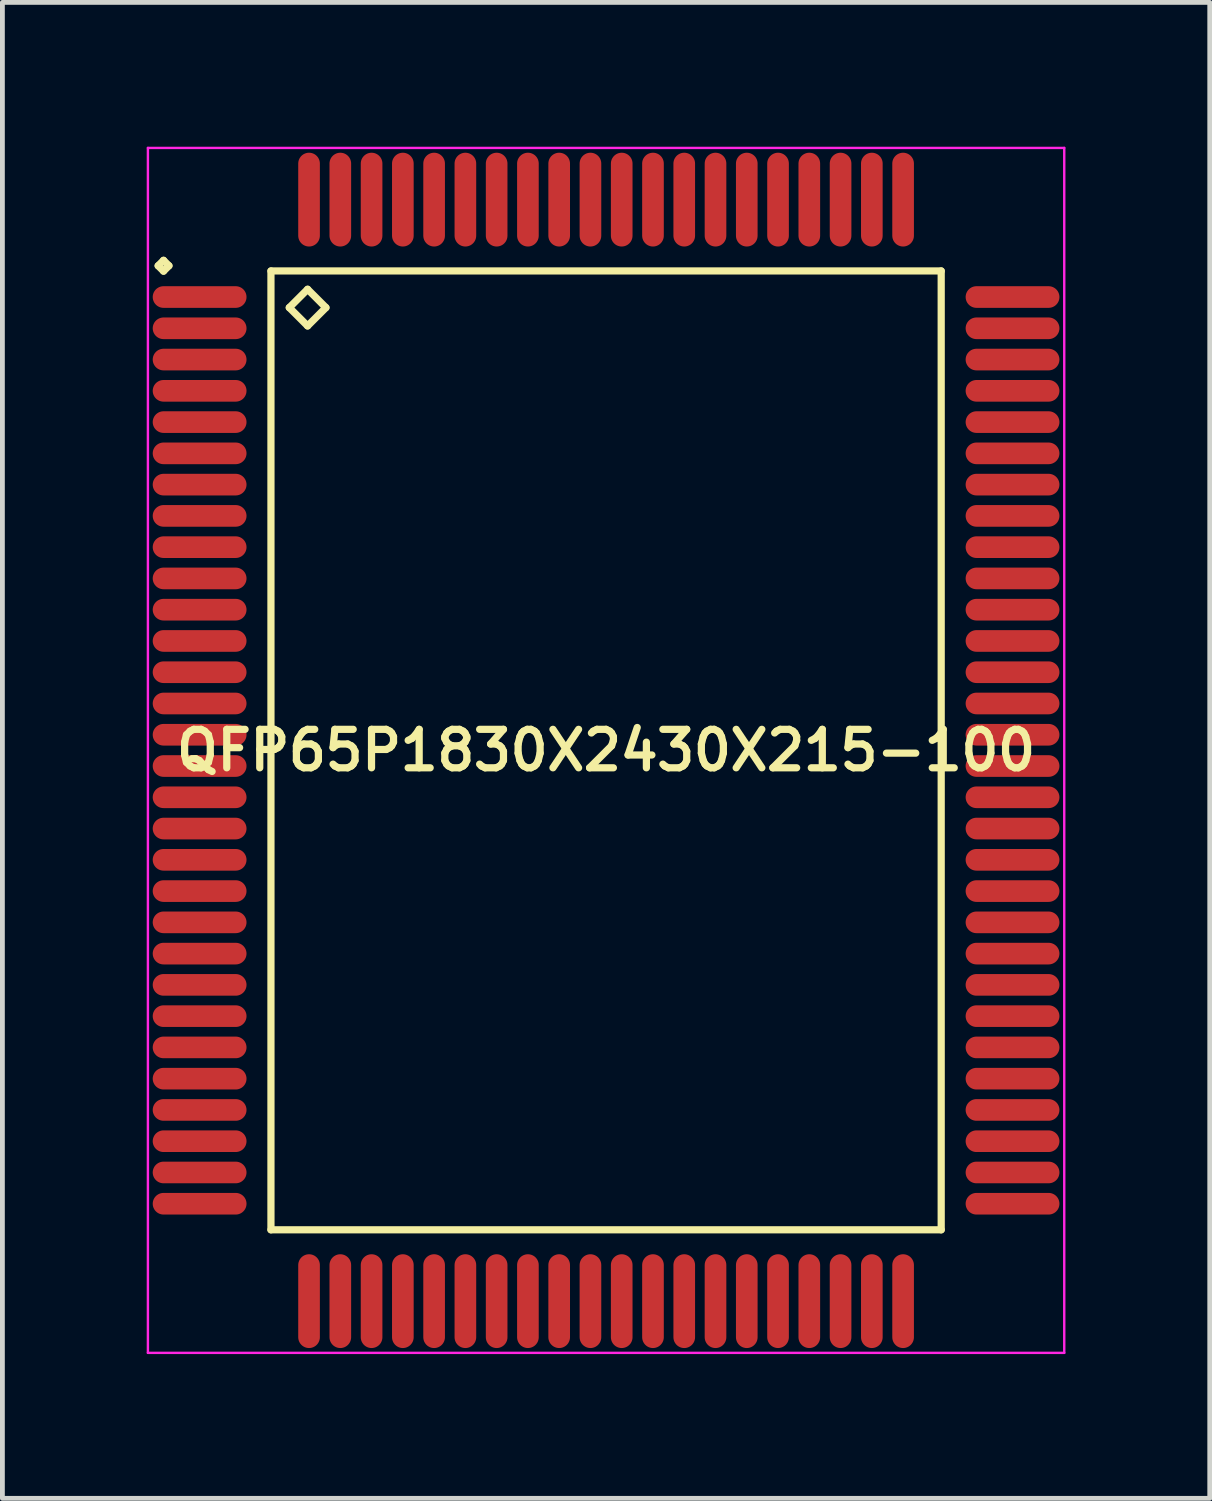
<source format=kicad_pcb>
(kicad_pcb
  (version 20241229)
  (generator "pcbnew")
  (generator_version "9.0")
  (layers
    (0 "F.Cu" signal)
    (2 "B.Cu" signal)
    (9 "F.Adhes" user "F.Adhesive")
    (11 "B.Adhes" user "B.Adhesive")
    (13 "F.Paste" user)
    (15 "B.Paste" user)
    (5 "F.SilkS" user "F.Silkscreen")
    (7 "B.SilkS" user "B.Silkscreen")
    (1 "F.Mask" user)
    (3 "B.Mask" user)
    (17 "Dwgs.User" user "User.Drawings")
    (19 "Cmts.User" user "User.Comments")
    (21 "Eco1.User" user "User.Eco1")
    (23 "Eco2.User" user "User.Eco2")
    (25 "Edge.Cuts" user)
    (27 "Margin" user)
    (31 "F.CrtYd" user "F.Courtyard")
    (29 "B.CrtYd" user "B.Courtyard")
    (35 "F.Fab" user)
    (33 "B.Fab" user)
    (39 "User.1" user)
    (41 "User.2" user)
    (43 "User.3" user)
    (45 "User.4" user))
  (footprint "QFP65P1830X2430X215-100"
    (layer "F.Cu")
    (at 9.55 12.55)
    (property "Reference" "QFP65P1830X2430X215-100" (at 0 0 0) (layer "F.SilkS") (effects (font (size 0.8 0.8) (thickness 0.15))))
    (attr smd)
    (fp_line (start -9.312 -10.075) (end -9.2 -10.188) (stroke (width 0.15) (type solid)) (layer "F.SilkS"))
    (fp_line (start -9.2 -10.188) (end -9.088 -10.075) (stroke (width 0.15) (type solid)) (layer "F.SilkS"))
    (fp_line (start -9.2 -9.963) (end -9.312 -10.075) (stroke (width 0.15) (type solid)) (layer "F.SilkS"))
    (fp_line (start -9.088 -10.075) (end -9.2 -9.963) (stroke (width 0.15) (type solid)) (layer "F.SilkS"))
    (fp_line (start -6.967 -9.967) (end -6.967 9.967) (stroke (width 0.15) (type solid)) (layer "F.SilkS"))
    (fp_line (start -6.967 9.967) (end 6.967 9.967) (stroke (width 0.15) (type solid)) (layer "F.SilkS"))
    (fp_line (start -6.586 -9.205) (end -6.205 -9.586) (stroke (width 0.15) (type solid)) (layer "F.SilkS"))
    (fp_line (start -6.205 -9.586) (end -5.824 -9.205) (stroke (width 0.15) (type solid)) (layer "F.SilkS"))
    (fp_line (start -6.205 -8.824) (end -6.586 -9.205) (stroke (width 0.15) (type solid)) (layer "F.SilkS"))
    (fp_line (start -5.824 -9.205) (end -6.205 -8.824) (stroke (width 0.15) (type solid)) (layer "F.SilkS"))
    (fp_line (start 6.967 -9.967) (end -6.967 -9.967) (stroke (width 0.15) (type solid)) (layer "F.SilkS"))
    (fp_line (start 6.967 9.967) (end 6.967 -9.967) (stroke (width 0.15) (type solid)) (layer "F.SilkS"))
    (fp_line (start -9.525 -12.525) (end 9.525 -12.525) (stroke (width 0.05) (type solid)) (layer "F.CrtYd"))
    (fp_line (start -9.525 12.525) (end -9.525 -12.525) (stroke (width 0.05) (type solid)) (layer "F.CrtYd"))
    (fp_line (start 9.525 -12.525) (end 9.525 12.525) (stroke (width 0.05) (type solid)) (layer "F.CrtYd"))
    (fp_line (start 9.525 12.525) (end -9.525 12.525) (stroke (width 0.05) (type solid)) (layer "F.CrtYd"))
    (pad "1" smd oval (at -8.45 -9.425) (size 1.95 0.45) (layers "F.Cu" "F.Mask" "F.Paste"))
    (pad "2" smd oval (at -8.45 -8.775) (size 1.95 0.45) (layers "F.Cu" "F.Mask" "F.Paste"))
    (pad "3" smd oval (at -8.45 -8.125) (size 1.95 0.45) (layers "F.Cu" "F.Mask" "F.Paste"))
    (pad "4" smd oval (at -8.45 -7.475) (size 1.95 0.45) (layers "F.Cu" "F.Mask" "F.Paste"))
    (pad "5" smd oval (at -8.45 -6.825) (size 1.95 0.45) (layers "F.Cu" "F.Mask" "F.Paste"))
    (pad "6" smd oval (at -8.45 -6.175) (size 1.95 0.45) (layers "F.Cu" "F.Mask" "F.Paste"))
    (pad "7" smd oval (at -8.45 -5.525) (size 1.95 0.45) (layers "F.Cu" "F.Mask" "F.Paste"))
    (pad "8" smd oval (at -8.45 -4.875) (size 1.95 0.45) (layers "F.Cu" "F.Mask" "F.Paste"))
    (pad "9" smd oval (at -8.45 -4.225) (size 1.95 0.45) (layers "F.Cu" "F.Mask" "F.Paste"))
    (pad "10" smd oval (at -8.45 -3.575) (size 1.95 0.45) (layers "F.Cu" "F.Mask" "F.Paste"))
    (pad "11" smd oval (at -8.45 -2.925) (size 1.95 0.45) (layers "F.Cu" "F.Mask" "F.Paste"))
    (pad "12" smd oval (at -8.45 -2.275) (size 1.95 0.45) (layers "F.Cu" "F.Mask" "F.Paste"))
    (pad "13" smd oval (at -8.45 -1.625) (size 1.95 0.45) (layers "F.Cu" "F.Mask" "F.Paste"))
    (pad "14" smd oval (at -8.45 -0.975) (size 1.95 0.45) (layers "F.Cu" "F.Mask" "F.Paste"))
    (pad "15" smd oval (at -8.45 -0.325) (size 1.95 0.45) (layers "F.Cu" "F.Mask" "F.Paste"))
    (pad "16" smd oval (at -8.45 0.325) (size 1.95 0.45) (layers "F.Cu" "F.Mask" "F.Paste"))
    (pad "17" smd oval (at -8.45 0.975) (size 1.95 0.45) (layers "F.Cu" "F.Mask" "F.Paste"))
    (pad "18" smd oval (at -8.45 1.625) (size 1.95 0.45) (layers "F.Cu" "F.Mask" "F.Paste"))
    (pad "19" smd oval (at -8.45 2.275) (size 1.95 0.45) (layers "F.Cu" "F.Mask" "F.Paste"))
    (pad "20" smd oval (at -8.45 2.925) (size 1.95 0.45) (layers "F.Cu" "F.Mask" "F.Paste"))
    (pad "21" smd oval (at -8.45 3.575) (size 1.95 0.45) (layers "F.Cu" "F.Mask" "F.Paste"))
    (pad "22" smd oval (at -8.45 4.225) (size 1.95 0.45) (layers "F.Cu" "F.Mask" "F.Paste"))
    (pad "23" smd oval (at -8.45 4.875) (size 1.95 0.45) (layers "F.Cu" "F.Mask" "F.Paste"))
    (pad "24" smd oval (at -8.45 5.525) (size 1.95 0.45) (layers "F.Cu" "F.Mask" "F.Paste"))
    (pad "25" smd oval (at -8.45 6.175) (size 1.95 0.45) (layers "F.Cu" "F.Mask" "F.Paste"))
    (pad "26" smd oval (at -8.45 6.825) (size 1.95 0.45) (layers "F.Cu" "F.Mask" "F.Paste"))
    (pad "27" smd oval (at -8.45 7.475) (size 1.95 0.45) (layers "F.Cu" "F.Mask" "F.Paste"))
    (pad "28" smd oval (at -8.45 8.125) (size 1.95 0.45) (layers "F.Cu" "F.Mask" "F.Paste"))
    (pad "29" smd oval (at -8.45 8.775) (size 1.95 0.45) (layers "F.Cu" "F.Mask" "F.Paste"))
    (pad "30" smd oval (at -8.45 9.425) (size 1.95 0.45) (layers "F.Cu" "F.Mask" "F.Paste"))
    (pad "31" smd oval (at -6.175 11.45) (size 0.45 1.95) (layers "F.Cu" "F.Mask" "F.Paste"))
    (pad "32" smd oval (at -5.525 11.45) (size 0.45 1.95) (layers "F.Cu" "F.Mask" "F.Paste"))
    (pad "33" smd oval (at -4.875 11.45) (size 0.45 1.95) (layers "F.Cu" "F.Mask" "F.Paste"))
    (pad "34" smd oval (at -4.225 11.45) (size 0.45 1.95) (layers "F.Cu" "F.Mask" "F.Paste"))
    (pad "35" smd oval (at -3.575 11.45) (size 0.45 1.95) (layers "F.Cu" "F.Mask" "F.Paste"))
    (pad "36" smd oval (at -2.925 11.45) (size 0.45 1.95) (layers "F.Cu" "F.Mask" "F.Paste"))
    (pad "37" smd oval (at -2.275 11.45) (size 0.45 1.95) (layers "F.Cu" "F.Mask" "F.Paste"))
    (pad "38" smd oval (at -1.625 11.45) (size 0.45 1.95) (layers "F.Cu" "F.Mask" "F.Paste"))
    (pad "39" smd oval (at -0.975 11.45) (size 0.45 1.95) (layers "F.Cu" "F.Mask" "F.Paste"))
    (pad "40" smd oval (at -0.325 11.45) (size 0.45 1.95) (layers "F.Cu" "F.Mask" "F.Paste"))
    (pad "41" smd oval (at 0.325 11.45) (size 0.45 1.95) (layers "F.Cu" "F.Mask" "F.Paste"))
    (pad "42" smd oval (at 0.975 11.45) (size 0.45 1.95) (layers "F.Cu" "F.Mask" "F.Paste"))
    (pad "43" smd oval (at 1.625 11.45) (size 0.45 1.95) (layers "F.Cu" "F.Mask" "F.Paste"))
    (pad "44" smd oval (at 2.275 11.45) (size 0.45 1.95) (layers "F.Cu" "F.Mask" "F.Paste"))
    (pad "45" smd oval (at 2.925 11.45) (size 0.45 1.95) (layers "F.Cu" "F.Mask" "F.Paste"))
    (pad "46" smd oval (at 3.575 11.45) (size 0.45 1.95) (layers "F.Cu" "F.Mask" "F.Paste"))
    (pad "47" smd oval (at 4.225 11.45) (size 0.45 1.95) (layers "F.Cu" "F.Mask" "F.Paste"))
    (pad "48" smd oval (at 4.875 11.45) (size 0.45 1.95) (layers "F.Cu" "F.Mask" "F.Paste"))
    (pad "49" smd oval (at 5.525 11.45) (size 0.45 1.95) (layers "F.Cu" "F.Mask" "F.Paste"))
    (pad "50" smd oval (at 6.175 11.45) (size 0.45 1.95) (layers "F.Cu" "F.Mask" "F.Paste"))
    (pad "51" smd oval (at 8.45 9.425) (size 1.95 0.45) (layers "F.Cu" "F.Mask" "F.Paste"))
    (pad "52" smd oval (at 8.45 8.775) (size 1.95 0.45) (layers "F.Cu" "F.Mask" "F.Paste"))
    (pad "53" smd oval (at 8.45 8.125) (size 1.95 0.45) (layers "F.Cu" "F.Mask" "F.Paste"))
    (pad "54" smd oval (at 8.45 7.475) (size 1.95 0.45) (layers "F.Cu" "F.Mask" "F.Paste"))
    (pad "55" smd oval (at 8.45 6.825) (size 1.95 0.45) (layers "F.Cu" "F.Mask" "F.Paste"))
    (pad "56" smd oval (at 8.45 6.175) (size 1.95 0.45) (layers "F.Cu" "F.Mask" "F.Paste"))
    (pad "57" smd oval (at 8.45 5.525) (size 1.95 0.45) (layers "F.Cu" "F.Mask" "F.Paste"))
    (pad "58" smd oval (at 8.45 4.875) (size 1.95 0.45) (layers "F.Cu" "F.Mask" "F.Paste"))
    (pad "59" smd oval (at 8.45 4.225) (size 1.95 0.45) (layers "F.Cu" "F.Mask" "F.Paste"))
    (pad "60" smd oval (at 8.45 3.575) (size 1.95 0.45) (layers "F.Cu" "F.Mask" "F.Paste"))
    (pad "61" smd oval (at 8.45 2.925) (size 1.95 0.45) (layers "F.Cu" "F.Mask" "F.Paste"))
    (pad "62" smd oval (at 8.45 2.275) (size 1.95 0.45) (layers "F.Cu" "F.Mask" "F.Paste"))
    (pad "63" smd oval (at 8.45 1.625) (size 1.95 0.45) (layers "F.Cu" "F.Mask" "F.Paste"))
    (pad "64" smd oval (at 8.45 0.975) (size 1.95 0.45) (layers "F.Cu" "F.Mask" "F.Paste"))
    (pad "65" smd oval (at 8.45 0.325) (size 1.95 0.45) (layers "F.Cu" "F.Mask" "F.Paste"))
    (pad "66" smd oval (at 8.45 -0.325) (size 1.95 0.45) (layers "F.Cu" "F.Mask" "F.Paste"))
    (pad "67" smd oval (at 8.45 -0.975) (size 1.95 0.45) (layers "F.Cu" "F.Mask" "F.Paste"))
    (pad "68" smd oval (at 8.45 -1.625) (size 1.95 0.45) (layers "F.Cu" "F.Mask" "F.Paste"))
    (pad "69" smd oval (at 8.45 -2.275) (size 1.95 0.45) (layers "F.Cu" "F.Mask" "F.Paste"))
    (pad "70" smd oval (at 8.45 -2.925) (size 1.95 0.45) (layers "F.Cu" "F.Mask" "F.Paste"))
    (pad "71" smd oval (at 8.45 -3.575) (size 1.95 0.45) (layers "F.Cu" "F.Mask" "F.Paste"))
    (pad "72" smd oval (at 8.45 -4.225) (size 1.95 0.45) (layers "F.Cu" "F.Mask" "F.Paste"))
    (pad "73" smd oval (at 8.45 -4.875) (size 1.95 0.45) (layers "F.Cu" "F.Mask" "F.Paste"))
    (pad "74" smd oval (at 8.45 -5.525) (size 1.95 0.45) (layers "F.Cu" "F.Mask" "F.Paste"))
    (pad "75" smd oval (at 8.45 -6.175) (size 1.95 0.45) (layers "F.Cu" "F.Mask" "F.Paste"))
    (pad "76" smd oval (at 8.45 -6.825) (size 1.95 0.45) (layers "F.Cu" "F.Mask" "F.Paste"))
    (pad "77" smd oval (at 8.45 -7.475) (size 1.95 0.45) (layers "F.Cu" "F.Mask" "F.Paste"))
    (pad "78" smd oval (at 8.45 -8.125) (size 1.95 0.45) (layers "F.Cu" "F.Mask" "F.Paste"))
    (pad "79" smd oval (at 8.45 -8.775) (size 1.95 0.45) (layers "F.Cu" "F.Mask" "F.Paste"))
    (pad "80" smd oval (at 8.45 -9.425) (size 1.95 0.45) (layers "F.Cu" "F.Mask" "F.Paste"))
    (pad "81" smd oval (at 6.175 -11.45) (size 0.45 1.95) (layers "F.Cu" "F.Mask" "F.Paste"))
    (pad "82" smd oval (at 5.525 -11.45) (size 0.45 1.95) (layers "F.Cu" "F.Mask" "F.Paste"))
    (pad "83" smd oval (at 4.875 -11.45) (size 0.45 1.95) (layers "F.Cu" "F.Mask" "F.Paste"))
    (pad "84" smd oval (at 4.225 -11.45) (size 0.45 1.95) (layers "F.Cu" "F.Mask" "F.Paste"))
    (pad "85" smd oval (at 3.575 -11.45) (size 0.45 1.95) (layers "F.Cu" "F.Mask" "F.Paste"))
    (pad "86" smd oval (at 2.925 -11.45) (size 0.45 1.95) (layers "F.Cu" "F.Mask" "F.Paste"))
    (pad "87" smd oval (at 2.275 -11.45) (size 0.45 1.95) (layers "F.Cu" "F.Mask" "F.Paste"))
    (pad "88" smd oval (at 1.625 -11.45) (size 0.45 1.95) (layers "F.Cu" "F.Mask" "F.Paste"))
    (pad "89" smd oval (at 0.975 -11.45) (size 0.45 1.95) (layers "F.Cu" "F.Mask" "F.Paste"))
    (pad "90" smd oval (at 0.325 -11.45) (size 0.45 1.95) (layers "F.Cu" "F.Mask" "F.Paste"))
    (pad "91" smd oval (at -0.325 -11.45) (size 0.45 1.95) (layers "F.Cu" "F.Mask" "F.Paste"))
    (pad "92" smd oval (at -0.975 -11.45) (size 0.45 1.95) (layers "F.Cu" "F.Mask" "F.Paste"))
    (pad "93" smd oval (at -1.625 -11.45) (size 0.45 1.95) (layers "F.Cu" "F.Mask" "F.Paste"))
    (pad "94" smd oval (at -2.275 -11.45) (size 0.45 1.95) (layers "F.Cu" "F.Mask" "F.Paste"))
    (pad "95" smd oval (at -2.925 -11.45) (size 0.45 1.95) (layers "F.Cu" "F.Mask" "F.Paste"))
    (pad "96" smd oval (at -3.575 -11.45) (size 0.45 1.95) (layers "F.Cu" "F.Mask" "F.Paste"))
    (pad "97" smd oval (at -4.225 -11.45) (size 0.45 1.95) (layers "F.Cu" "F.Mask" "F.Paste"))
    (pad "98" smd oval (at -4.875 -11.45) (size 0.45 1.95) (layers "F.Cu" "F.Mask" "F.Paste"))
    (pad "99" smd oval (at -5.525 -11.45) (size 0.45 1.95) (layers "F.Cu" "F.Mask" "F.Paste"))
    (pad "100" smd oval (at -6.175 -11.45) (size 0.45 1.95) (layers "F.Cu" "F.Mask" "F.Paste")))
  (gr_rect
    (start -3 -3)
    (end 22.1 28.1)
    (stroke (width 0.1) (type default))
    (fill no)
    (layer "Edge.Cuts")))
</source>
